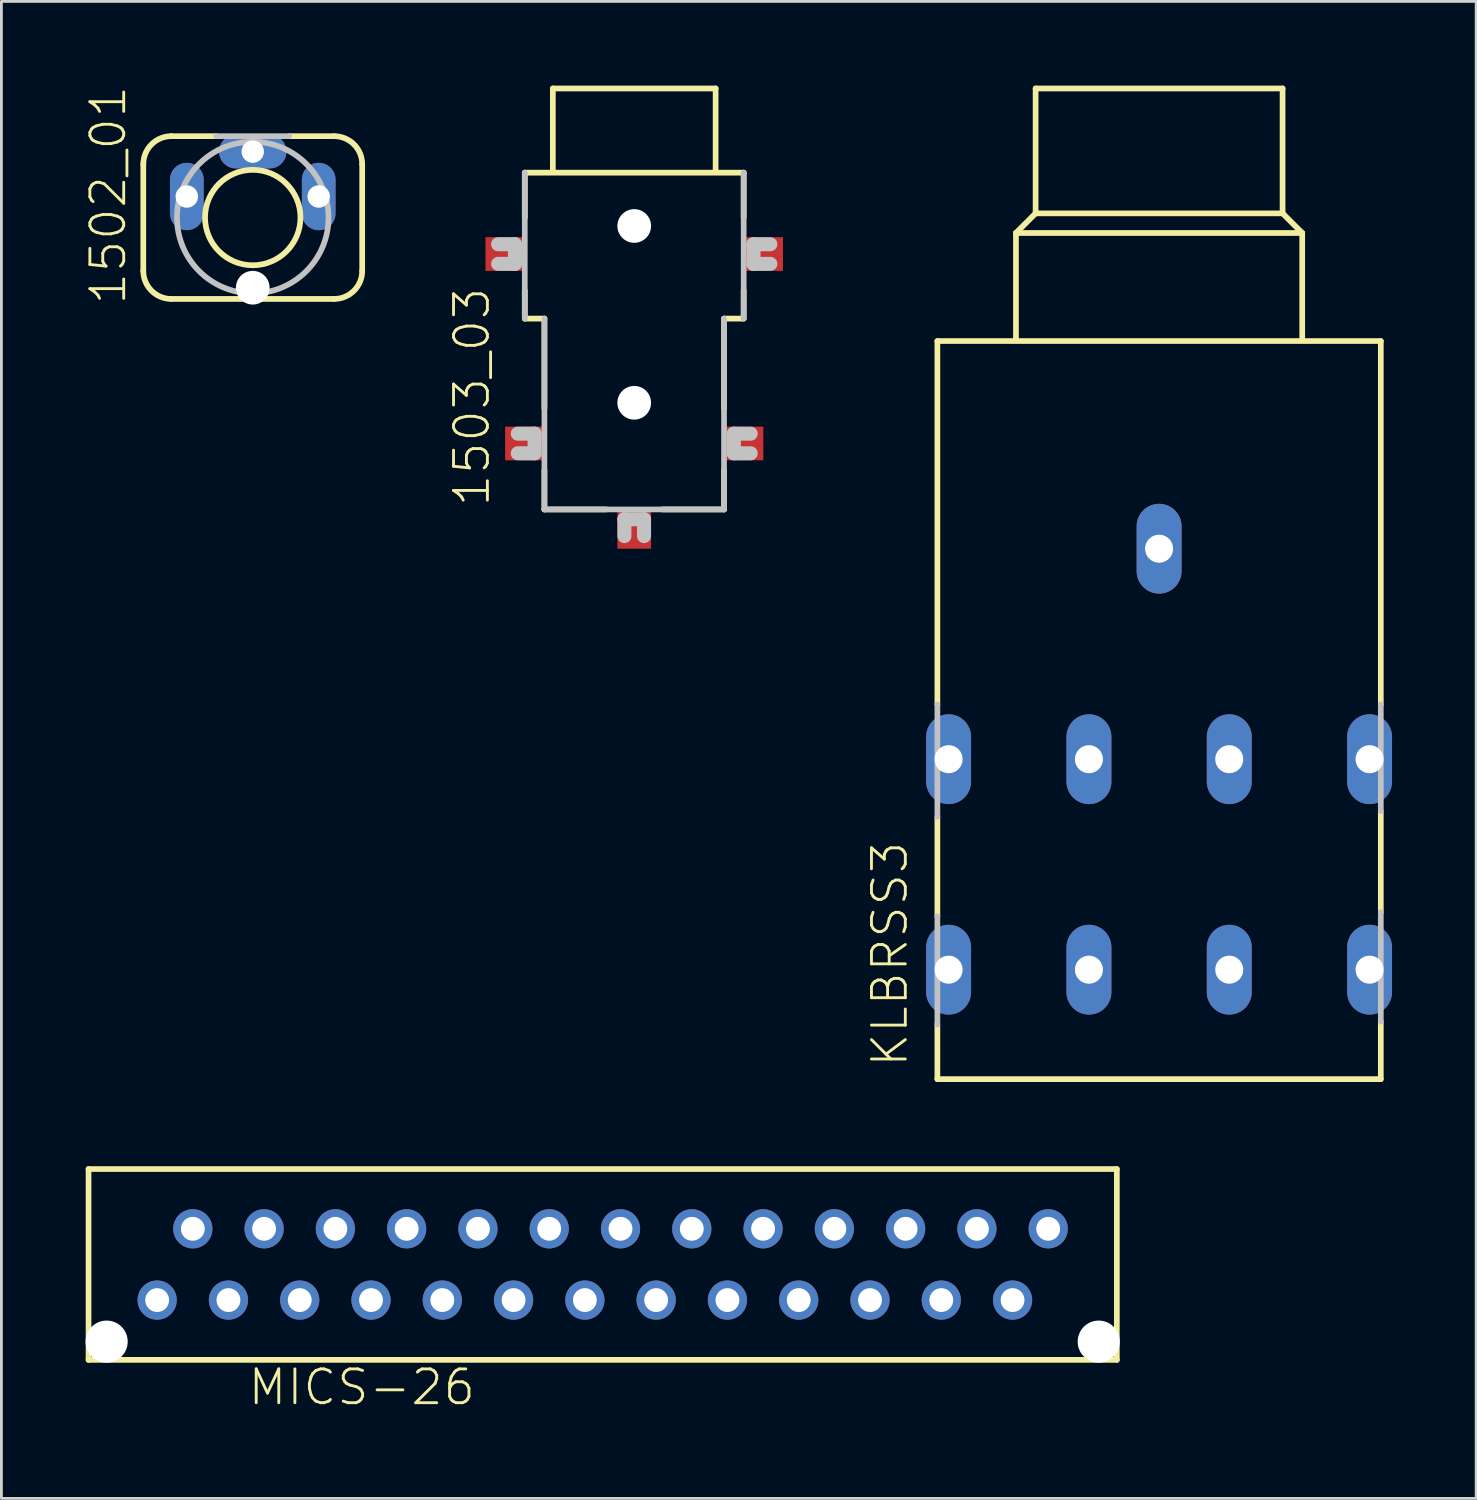
<source format=kicad_pcb>
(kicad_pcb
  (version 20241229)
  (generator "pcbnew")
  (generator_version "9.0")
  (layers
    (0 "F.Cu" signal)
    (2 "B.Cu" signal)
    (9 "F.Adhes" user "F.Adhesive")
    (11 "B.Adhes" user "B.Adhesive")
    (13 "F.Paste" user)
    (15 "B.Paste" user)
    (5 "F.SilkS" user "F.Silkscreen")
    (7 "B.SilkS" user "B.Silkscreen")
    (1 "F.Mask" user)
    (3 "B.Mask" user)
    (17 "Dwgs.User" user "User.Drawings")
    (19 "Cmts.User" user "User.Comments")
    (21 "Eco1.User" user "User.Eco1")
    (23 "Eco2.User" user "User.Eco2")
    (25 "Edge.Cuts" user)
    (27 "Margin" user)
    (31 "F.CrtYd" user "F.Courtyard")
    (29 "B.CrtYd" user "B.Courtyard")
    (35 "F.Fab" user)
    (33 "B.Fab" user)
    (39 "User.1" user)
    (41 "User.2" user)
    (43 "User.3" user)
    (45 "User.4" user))
  (footprint "MICS-26"
    (layer "F.Cu")
    (at 18.425 42.005)
    (property "Reference" "MICS-26" (at -12.7 5.08 0) (layer "F.SilkS") (effects (font (size 1.206 1.206) (thickness 0.102)) (justify left bottom)))
    (attr through_hole)
    (fp_line (start -18.32 -3.4) (end 18.32 -3.4) (stroke (width 0.203) (type solid)) (layer "F.SilkS"))
    (fp_line (start -18.32 3.4) (end -18.32 -3.4) (stroke (width 0.203) (type solid)) (layer "F.SilkS"))
    (fp_line (start 18.32 -3.4) (end 18.32 3.4) (stroke (width 0.203) (type solid)) (layer "F.SilkS"))
    (fp_line (start 18.32 3.4) (end -18.32 3.4) (stroke (width 0.203) (type solid)) (layer "F.SilkS"))
    (pad "" np_thru_hole circle (at -17.675 2.75) (size 1.5 1.5) (drill 1.5) (layers "*.Cu"))
    (pad "" np_thru_hole circle (at 17.675 2.75) (size 1.5 1.5) (drill 1.5) (layers "*.Cu"))
    (pad "1" thru_hole circle (at -15.875 1.27) (size 1.397 1.397) (drill 0.85) (layers "*.Cu" "*.Mask"))
    (pad "2" thru_hole circle (at -14.605 -1.27) (size 1.397 1.397) (drill 0.85) (layers "*.Cu" "*.Mask"))
    (pad "3" thru_hole circle (at -13.335 1.27) (size 1.397 1.397) (drill 0.85) (layers "*.Cu" "*.Mask"))
    (pad "4" thru_hole circle (at -12.065 -1.27) (size 1.397 1.397) (drill 0.85) (layers "*.Cu" "*.Mask"))
    (pad "5" thru_hole circle (at -10.795 1.27) (size 1.397 1.397) (drill 0.85) (layers "*.Cu" "*.Mask"))
    (pad "6" thru_hole circle (at -9.525 -1.27) (size 1.397 1.397) (drill 0.85) (layers "*.Cu" "*.Mask"))
    (pad "7" thru_hole circle (at -8.255 1.27) (size 1.397 1.397) (drill 0.85) (layers "*.Cu" "*.Mask"))
    (pad "8" thru_hole circle (at -6.985 -1.27) (size 1.397 1.397) (drill 0.85) (layers "*.Cu" "*.Mask"))
    (pad "9" thru_hole circle (at -5.715 1.27) (size 1.397 1.397) (drill 0.85) (layers "*.Cu" "*.Mask"))
    (pad "10" thru_hole circle (at -4.445 -1.27) (size 1.397 1.397) (drill 0.85) (layers "*.Cu" "*.Mask"))
    (pad "11" thru_hole circle (at -3.175 1.27) (size 1.397 1.397) (drill 0.85) (layers "*.Cu" "*.Mask"))
    (pad "12" thru_hole circle (at -1.905 -1.27) (size 1.397 1.397) (drill 0.85) (layers "*.Cu" "*.Mask"))
    (pad "13" thru_hole circle (at -0.635 1.27) (size 1.397 1.397) (drill 0.85) (layers "*.Cu" "*.Mask"))
    (pad "14" thru_hole circle (at 0.635 -1.27) (size 1.397 1.397) (drill 0.85) (layers "*.Cu" "*.Mask"))
    (pad "15" thru_hole circle (at 1.905 1.27) (size 1.397 1.397) (drill 0.85) (layers "*.Cu" "*.Mask"))
    (pad "16" thru_hole circle (at 3.175 -1.27) (size 1.397 1.397) (drill 0.85) (layers "*.Cu" "*.Mask"))
    (pad "17" thru_hole circle (at 4.445 1.27) (size 1.397 1.397) (drill 0.85) (layers "*.Cu" "*.Mask"))
    (pad "18" thru_hole circle (at 5.715 -1.27) (size 1.397 1.397) (drill 0.85) (layers "*.Cu" "*.Mask"))
    (pad "19" thru_hole circle (at 6.985 1.27) (size 1.397 1.397) (drill 0.85) (layers "*.Cu" "*.Mask"))
    (pad "20" thru_hole circle (at 8.255 -1.27) (size 1.397 1.397) (drill 0.85) (layers "*.Cu" "*.Mask"))
    (pad "21" thru_hole circle (at 9.525 1.27) (size 1.397 1.397) (drill 0.85) (layers "*.Cu" "*.Mask"))
    (pad "22" thru_hole circle (at 10.795 -1.27) (size 1.397 1.397) (drill 0.85) (layers "*.Cu" "*.Mask"))
    (pad "23" thru_hole circle (at 12.065 1.27) (size 1.397 1.397) (drill 0.85) (layers "*.Cu" "*.Mask"))
    (pad "24" thru_hole circle (at 13.335 -1.27) (size 1.397 1.397) (drill 0.85) (layers "*.Cu" "*.Mask"))
    (pad "25" thru_hole circle (at 14.605 1.27) (size 1.397 1.397) (drill 0.85) (layers "*.Cu" "*.Mask"))
    (pad "26" thru_hole circle (at 15.875 -1.27) (size 1.397 1.397) (drill 0.85) (layers "*.Cu" "*.Mask")))
  (footprint "1502_01"
    (layer "F.Cu")
    (at 5.956 4.702)
    (property "Reference" "1502_01" (at -4.445 3.175 90) (layer "F.SilkS") (effects (font (size 1.206 1.206) (thickness 0.102)) (justify left bottom)))
    (attr through_hole)
    (fp_line (start -3.9 1.9) (end -3.9 -1.9) (stroke (width 0.203) (type solid)) (layer "F.SilkS"))
    (fp_line (start -2.9 -2.9) (end -1.3 -2.9) (stroke (width 0.203) (type solid)) (layer "F.SilkS"))
    (fp_line (start 1.3 -2.9) (end 2.9 -2.9) (stroke (width 0.203) (type solid)) (layer "F.SilkS"))
    (fp_line (start 2.9 2.9) (end -2.9 2.9) (stroke (width 0.203) (type solid)) (layer "F.SilkS"))
    (fp_line (start 3.9 -1.9) (end 3.9 1.9) (stroke (width 0.203) (type solid)) (layer "F.SilkS"))
    (fp_arc (start -3.9 -1.9) (mid -3.607107 -2.607107) (end -2.9 -2.9) (stroke (width 0.2032) (type solid)) (layer "F.SilkS"))
    (fp_arc (start -2.9 2.9) (mid -3.607107 2.607107) (end -3.9 1.9) (stroke (width 0.2032) (type solid)) (layer "F.SilkS"))
    (fp_arc (start 2.9 -2.9) (mid 3.607107 -2.607107) (end 3.9 -1.9) (stroke (width 0.2032) (type solid)) (layer "F.SilkS"))
    (fp_arc (start 3.9 1.9) (mid 3.607107 2.607107) (end 2.9 2.9) (stroke (width 0.2032) (type solid)) (layer "F.SilkS"))
    (fp_circle (center 0 0) (end 1.7 0) (stroke (width 0.203) (type solid)) (fill no) (layer "F.SilkS"))
    (fp_line (start -1.3 -2.9) (end 1.3 -2.9) (stroke (width 0.203) (type solid)) (layer "Dwgs.User"))
    (fp_circle (center 0 0) (end 2.7 0) (stroke (width 0.203) (type solid)) (fill no) (layer "Dwgs.User"))
    (pad "" np_thru_hole circle (at 0 2.5) (size 1.2 1.2) (drill 1.2) (layers "*.Cu"))
    (pad "1" thru_hole oval (at 0 -2.35) (size 2.4 1.2) (drill 0.8) (layers "*.Cu" "*.Mask"))
    (pad "2" thru_hole oval (at -2.35 -0.75 90) (size 2.4 1.2) (drill 0.8) (layers "*.Cu" "*.Mask"))
    (pad "3" thru_hole oval (at 2.35 -0.75 90) (size 2.4 1.2) (drill 0.8) (layers "*.Cu" "*.Mask")))
  (footprint "KLBRSS3"
    (layer "F.Cu")
    (at 38.251 9.002)
    (property "Reference" "KLBRSS3" (at -8.89 26.035 90) (layer "F.SilkS") (effects (font (size 1.206 1.206) (thickness 0.102)) (justify left bottom)))
    (attr through_hole)
    (fp_line (start -7.9 0.1) (end 7.9 0.1) (stroke (width 0.203) (type solid)) (layer "F.SilkS"))
    (fp_line (start -7.9 13.05) (end -7.9 0.1) (stroke (width 0.203) (type solid)) (layer "F.SilkS"))
    (fp_line (start -7.9 20.6) (end -7.9 17.05) (stroke (width 0.203) (type solid)) (layer "F.SilkS"))
    (fp_line (start -7.9 26.4) (end -7.9 24.45) (stroke (width 0.203) (type solid)) (layer "F.SilkS"))
    (fp_line (start -5.1 -3.75) (end 5.1 -3.75) (stroke (width 0.203) (type solid)) (layer "F.SilkS"))
    (fp_line (start -5.1 0) (end -5.1 -3.75) (stroke (width 0.203) (type solid)) (layer "F.SilkS"))
    (fp_line (start -4.4 -8.9) (end 4.4 -8.9) (stroke (width 0.203) (type solid)) (layer "F.SilkS"))
    (fp_line (start -4.4 -4.45) (end -5.1 -3.75) (stroke (width 0.203) (type solid)) (layer "F.SilkS"))
    (fp_line (start -4.4 -4.45) (end -4.4 -8.9) (stroke (width 0.203) (type solid)) (layer "F.SilkS"))
    (fp_line (start 4.4 -8.9) (end 4.4 -4.45) (stroke (width 0.203) (type solid)) (layer "F.SilkS"))
    (fp_line (start 4.4 -4.45) (end -4.4 -4.45) (stroke (width 0.203) (type solid)) (layer "F.SilkS"))
    (fp_line (start 4.4 -4.45) (end 5.1 -3.75) (stroke (width 0.203) (type solid)) (layer "F.SilkS"))
    (fp_line (start 5.1 -3.75) (end 5.1 0) (stroke (width 0.203) (type solid)) (layer "F.SilkS"))
    (fp_line (start 7.9 0.1) (end 7.9 13.05) (stroke (width 0.203) (type solid)) (layer "F.SilkS"))
    (fp_line (start 7.9 16.85) (end 7.9 20.45) (stroke (width 0.203) (type solid)) (layer "F.SilkS"))
    (fp_line (start 7.9 24.35) (end 7.9 26.4) (stroke (width 0.203) (type solid)) (layer "F.SilkS"))
    (fp_line (start 7.9 26.4) (end -7.9 26.4) (stroke (width 0.203) (type solid)) (layer "F.SilkS"))
    (fp_line (start -7.9 17.05) (end -7.9 13.05) (stroke (width 0.203) (type solid)) (layer "Dwgs.User"))
    (fp_line (start -7.9 24.45) (end -7.9 20.6) (stroke (width 0.203) (type solid)) (layer "Dwgs.User"))
    (fp_line (start 7.9 13.05) (end 7.9 16.85) (stroke (width 0.203) (type solid)) (layer "Dwgs.User"))
    (fp_line (start 7.9 20.45) (end 7.9 24.35) (stroke (width 0.203) (type solid)) (layer "Dwgs.User"))
    (pad "1" thru_hole oval (at 0 7.5 90) (size 3.2 1.6) (drill 1) (layers "*.Cu" "*.Mask"))
    (pad "2" thru_hole oval (at 2.5 22.5 90) (size 3.2 1.6) (drill 1) (layers "*.Cu" "*.Mask"))
    (pad "3" thru_hole oval (at -2.5 22.5 90) (size 3.2 1.6) (drill 1) (layers "*.Cu" "*.Mask"))
    (pad "4" thru_hole oval (at 2.5 15 90) (size 3.2 1.6) (drill 1) (layers "*.Cu" "*.Mask"))
    (pad "5" thru_hole oval (at 7.5 15 90) (size 3.2 1.6) (drill 1) (layers "*.Cu" "*.Mask"))
    (pad "6" thru_hole oval (at 7.5 22.5 90) (size 3.2 1.6) (drill 1) (layers "*.Cu" "*.Mask"))
    (pad "7" thru_hole oval (at -2.5 15 90) (size 3.2 1.6) (drill 1) (layers "*.Cu" "*.Mask"))
    (pad "8" thru_hole oval (at -7.5 15 90) (size 3.2 1.6) (drill 1) (layers "*.Cu" "*.Mask"))
    (pad "9" thru_hole oval (at -7.5 22.5 90) (size 3.2 1.6) (drill 1) (layers "*.Cu" "*.Mask")))
  (footprint "1503_03"
    (layer "F.Cu")
    (at 19.549 3.002)
    (property "Reference" "1503_03" (at -5.08 12.065 90) (layer "F.SilkS") (effects (font (size 1.206 1.206) (thickness 0.102)) (justify left bottom)))
    (attr through_hole)
    (fp_line (start -3.9 0.1) (end 3.9 0.1) (stroke (width 0.203) (type solid)) (layer "F.SilkS"))
    (fp_line (start -3.9 1.7) (end -3.9 0.1) (stroke (width 0.203) (type solid)) (layer "F.SilkS"))
    (fp_line (start -3.9 5.3) (end -3.9 4.3) (stroke (width 0.203) (type solid)) (layer "F.SilkS"))
    (fp_line (start -3.2 5.3) (end -3.9 5.3) (stroke (width 0.203) (type solid)) (layer "F.SilkS"))
    (fp_line (start -3.2 8.5) (end -3.2 5.3) (stroke (width 0.203) (type solid)) (layer "F.SilkS"))
    (fp_line (start -3.2 12.1) (end -3.2 10.7) (stroke (width 0.203) (type solid)) (layer "F.SilkS"))
    (fp_line (start -2.9 -2.9) (end 2.9 -2.9) (stroke (width 0.203) (type solid)) (layer "F.SilkS"))
    (fp_line (start -2.9 0) (end -2.9 -2.9) (stroke (width 0.203) (type solid)) (layer "F.SilkS"))
    (fp_line (start -1 12.1) (end -3.2 12.1) (stroke (width 0.203) (type solid)) (layer "F.SilkS"))
    (fp_line (start 2.9 -2.9) (end 2.9 0) (stroke (width 0.203) (type solid)) (layer "F.SilkS"))
    (fp_line (start 3.2 5.3) (end 3.2 8.5) (stroke (width 0.203) (type solid)) (layer "F.SilkS"))
    (fp_line (start 3.2 10.7) (end 3.2 12.1) (stroke (width 0.203) (type solid)) (layer "F.SilkS"))
    (fp_line (start 3.2 12.1) (end 1 12.1) (stroke (width 0.203) (type solid)) (layer "F.SilkS"))
    (fp_line (start 3.9 0.1) (end 3.9 1.7) (stroke (width 0.203) (type solid)) (layer "F.SilkS"))
    (fp_line (start 3.9 4.3) (end 3.9 5.3) (stroke (width 0.203) (type solid)) (layer "F.SilkS"))
    (fp_line (start 3.9 5.3) (end 3.2 5.3) (stroke (width 0.203) (type solid)) (layer "F.SilkS"))
    (fp_line (start -4.85 2.65) (end -4.25 2.65) (stroke (width 0.5) (type solid)) (layer "Dwgs.User"))
    (fp_line (start -4.25 2.65) (end -4.25 3.35) (stroke (width 0.5) (type solid)) (layer "Dwgs.User"))
    (fp_line (start -4.25 3.35) (end -4.85 3.35) (stroke (width 0.5) (type solid)) (layer "Dwgs.User"))
    (fp_line (start -4.15 9.4) (end -3.55 9.4) (stroke (width 0.5) (type solid)) (layer "Dwgs.User"))
    (fp_line (start -3.9 5.3) (end -3.9 0.1) (stroke (width 0.203) (type solid)) (layer "Dwgs.User"))
    (fp_line (start -3.55 9.4) (end -3.55 10.1) (stroke (width 0.5) (type solid)) (layer "Dwgs.User"))
    (fp_line (start -3.55 10.1) (end -4.15 10.1) (stroke (width 0.5) (type solid)) (layer "Dwgs.User"))
    (fp_line (start -3.2 12.1) (end -3.2 5.3) (stroke (width 0.203) (type solid)) (layer "Dwgs.User"))
    (fp_line (start -0.35 12.45) (end 0.35 12.45) (stroke (width 0.5) (type solid)) (layer "Dwgs.User"))
    (fp_line (start -0.35 13.05) (end -0.35 12.45) (stroke (width 0.5) (type solid)) (layer "Dwgs.User"))
    (fp_line (start 0.35 12.45) (end 0.35 13.05) (stroke (width 0.5) (type solid)) (layer "Dwgs.User"))
    (fp_line (start 3.2 5.3) (end 3.2 12.1) (stroke (width 0.203) (type solid)) (layer "Dwgs.User"))
    (fp_line (start 3.2 12.1) (end -3.2 12.1) (stroke (width 0.203) (type solid)) (layer "Dwgs.User"))
    (fp_line (start 3.55 9.4) (end 4.15 9.4) (stroke (width 0.5) (type solid)) (layer "Dwgs.User"))
    (fp_line (start 3.55 10.1) (end 3.55 9.4) (stroke (width 0.5) (type solid)) (layer "Dwgs.User"))
    (fp_line (start 3.9 0.1) (end 3.9 5.3) (stroke (width 0.203) (type solid)) (layer "Dwgs.User"))
    (fp_line (start 4.15 10.1) (end 3.55 10.1) (stroke (width 0.5) (type solid)) (layer "Dwgs.User"))
    (fp_line (start 4.25 2.65) (end 4.85 2.65) (stroke (width 0.5) (type solid)) (layer "Dwgs.User"))
    (fp_line (start 4.25 3.35) (end 4.25 2.65) (stroke (width 0.5) (type solid)) (layer "Dwgs.User"))
    (fp_line (start 4.85 3.35) (end 4.25 3.35) (stroke (width 0.5) (type solid)) (layer "Dwgs.User"))
    (pad "" np_thru_hole circle (at 0 2) (size 1.2 1.2) (drill 1.2) (layers "*.Cu"))
    (pad "" np_thru_hole circle (at 0 8.3) (size 1.2 1.2) (drill 1.2) (layers "*.Cu"))
    (pad "1" smd rect (at 0 12.8) (size 1.2 1.4) (layers "F.Cu" "F.Mask" "F.Paste"))
    (pad "2" smd rect (at -4.6 3) (size 1.4 1.2) (layers "F.Cu" "F.Mask" "F.Paste"))
    (pad "2@1" smd rect (at 4.6 3) (size 1.4 1.2) (layers "F.Cu" "F.Mask" "F.Paste"))
    (pad "3" smd rect (at -3.9 9.75) (size 1.4 1.2) (layers "F.Cu" "F.Mask" "F.Paste"))
    (pad "3@1" smd rect (at 3.9 9.75) (size 1.4 1.2) (layers "F.Cu" "F.Mask" "F.Paste")))
  (gr_rect
    (start -3 -3)
    (end 49.55 50.342)
    (stroke (width 0.1) (type default))
    (fill no)
    (layer "Edge.Cuts")))
</source>
